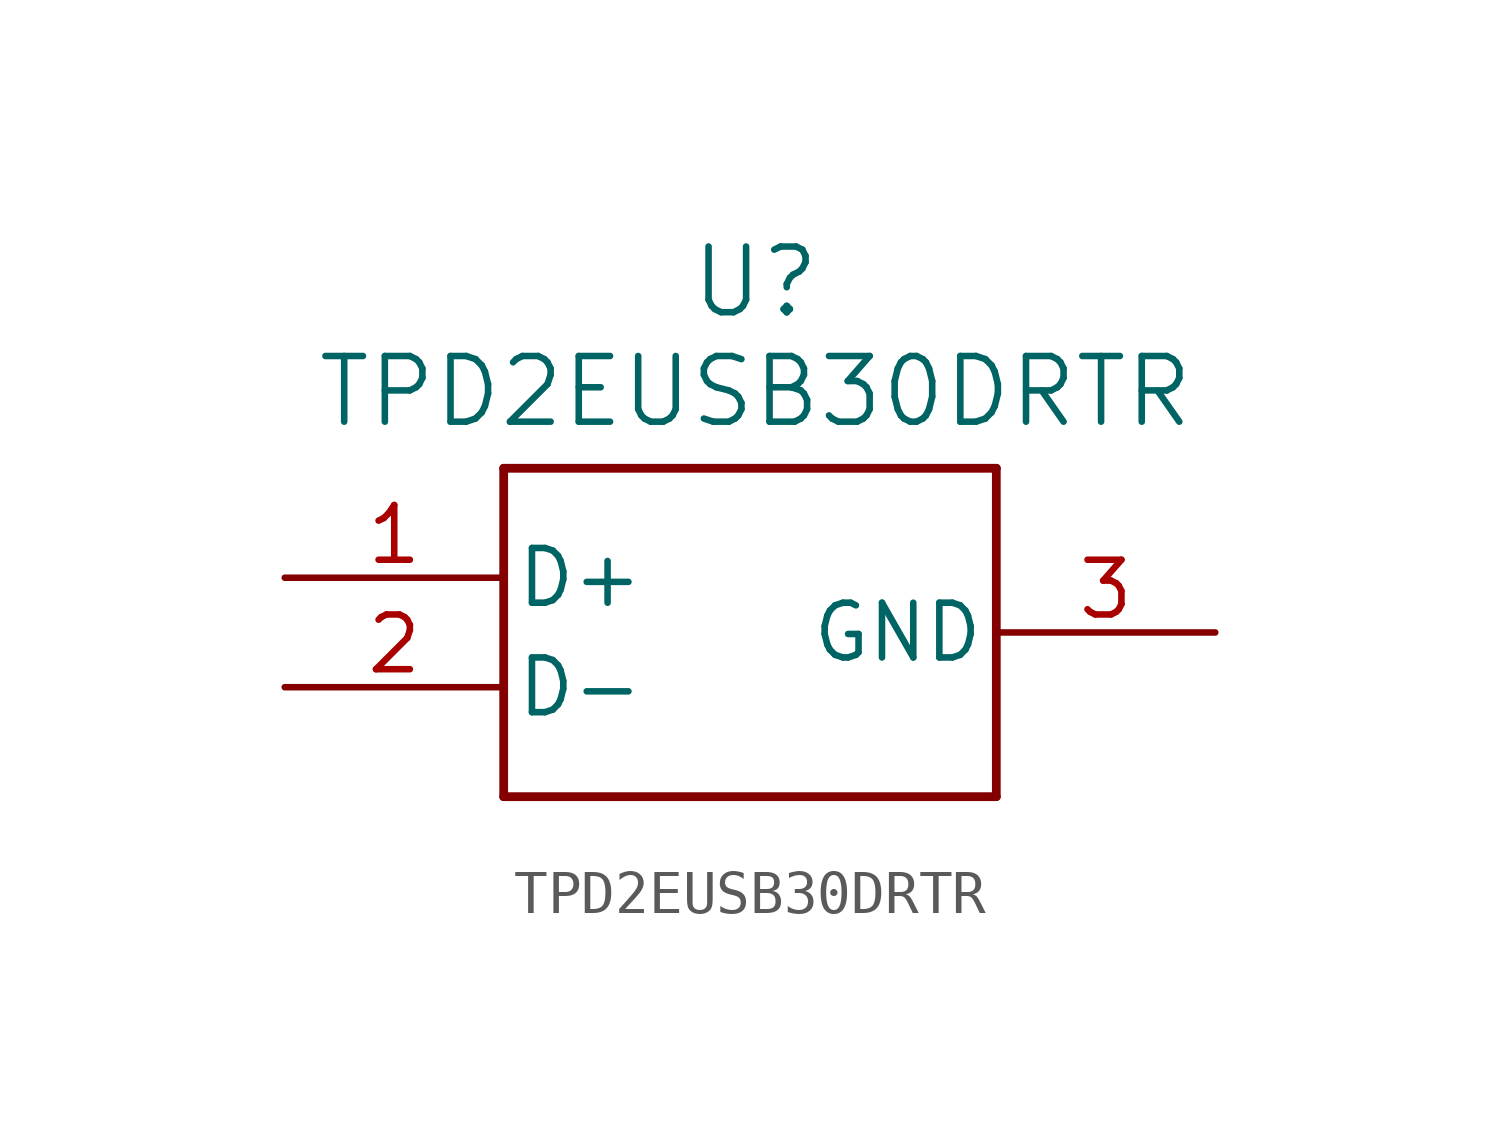
<source format=kicad_sym>
(kicad_symbol_lib
  (version 20231120)
  (generator "kicad_symbol_editor")
  (generator_version "8.0")
  (symbol "TPD2EUSB30DRTR"
    (pin_names
      (offset 0.254))
    (property "Reference" "U"
      (at -9.398 11.938 0)
      (effects (font (size 1.524 1.524))))
    (property "Value" "TPD2EUSB30DRTR"
      (at -9.398 9.398 0)
      (effects (font (size 1.524 1.524))))
    (property "ki_locked" ""
      (at 0 0 0)
      (effects (font (size 1.27 1.27))))
    (symbol "TPD2EUSB30DRTR_0_1"
      (polyline (pts (xy -15.24 0) (xy -3.81 0)) (stroke (width 0.203) (type default)) (fill (type none)))
      (polyline (pts (xy -15.24 7.62) (xy -15.24 0)) (stroke (width 0.203) (type default)) (fill (type none)))
      (polyline (pts (xy -3.81 0) (xy -3.81 7.62)) (stroke (width 0.203) (type default)) (fill (type none)))
      (polyline (pts (xy -3.81 7.62) (xy -15.24 7.62)) (stroke (width 0.203) (type default)) (fill (type none)))
      (pin passive line (at -20.32 5.08 0) (length 5.08) (name "D+" (effects (font (size 1.27 1.27)))) (number "1" (effects (font (size 1.27 1.27)))))
      (pin power_in line (at 1.27 3.81 180) (length 5.08) (name "GND" (effects (font (size 1.27 1.27)))) (number "3" (effects (font (size 1.27 1.27))))))
    (symbol "TPD2EUSB30DRTR_1_1"
      (pin passive line (at -20.32 2.54 0) (length 5.08) (name "D-" (effects (font (size 1.27 1.27)))) (number "2" (effects (font (size 1.27 1.27))))))))
</source>
